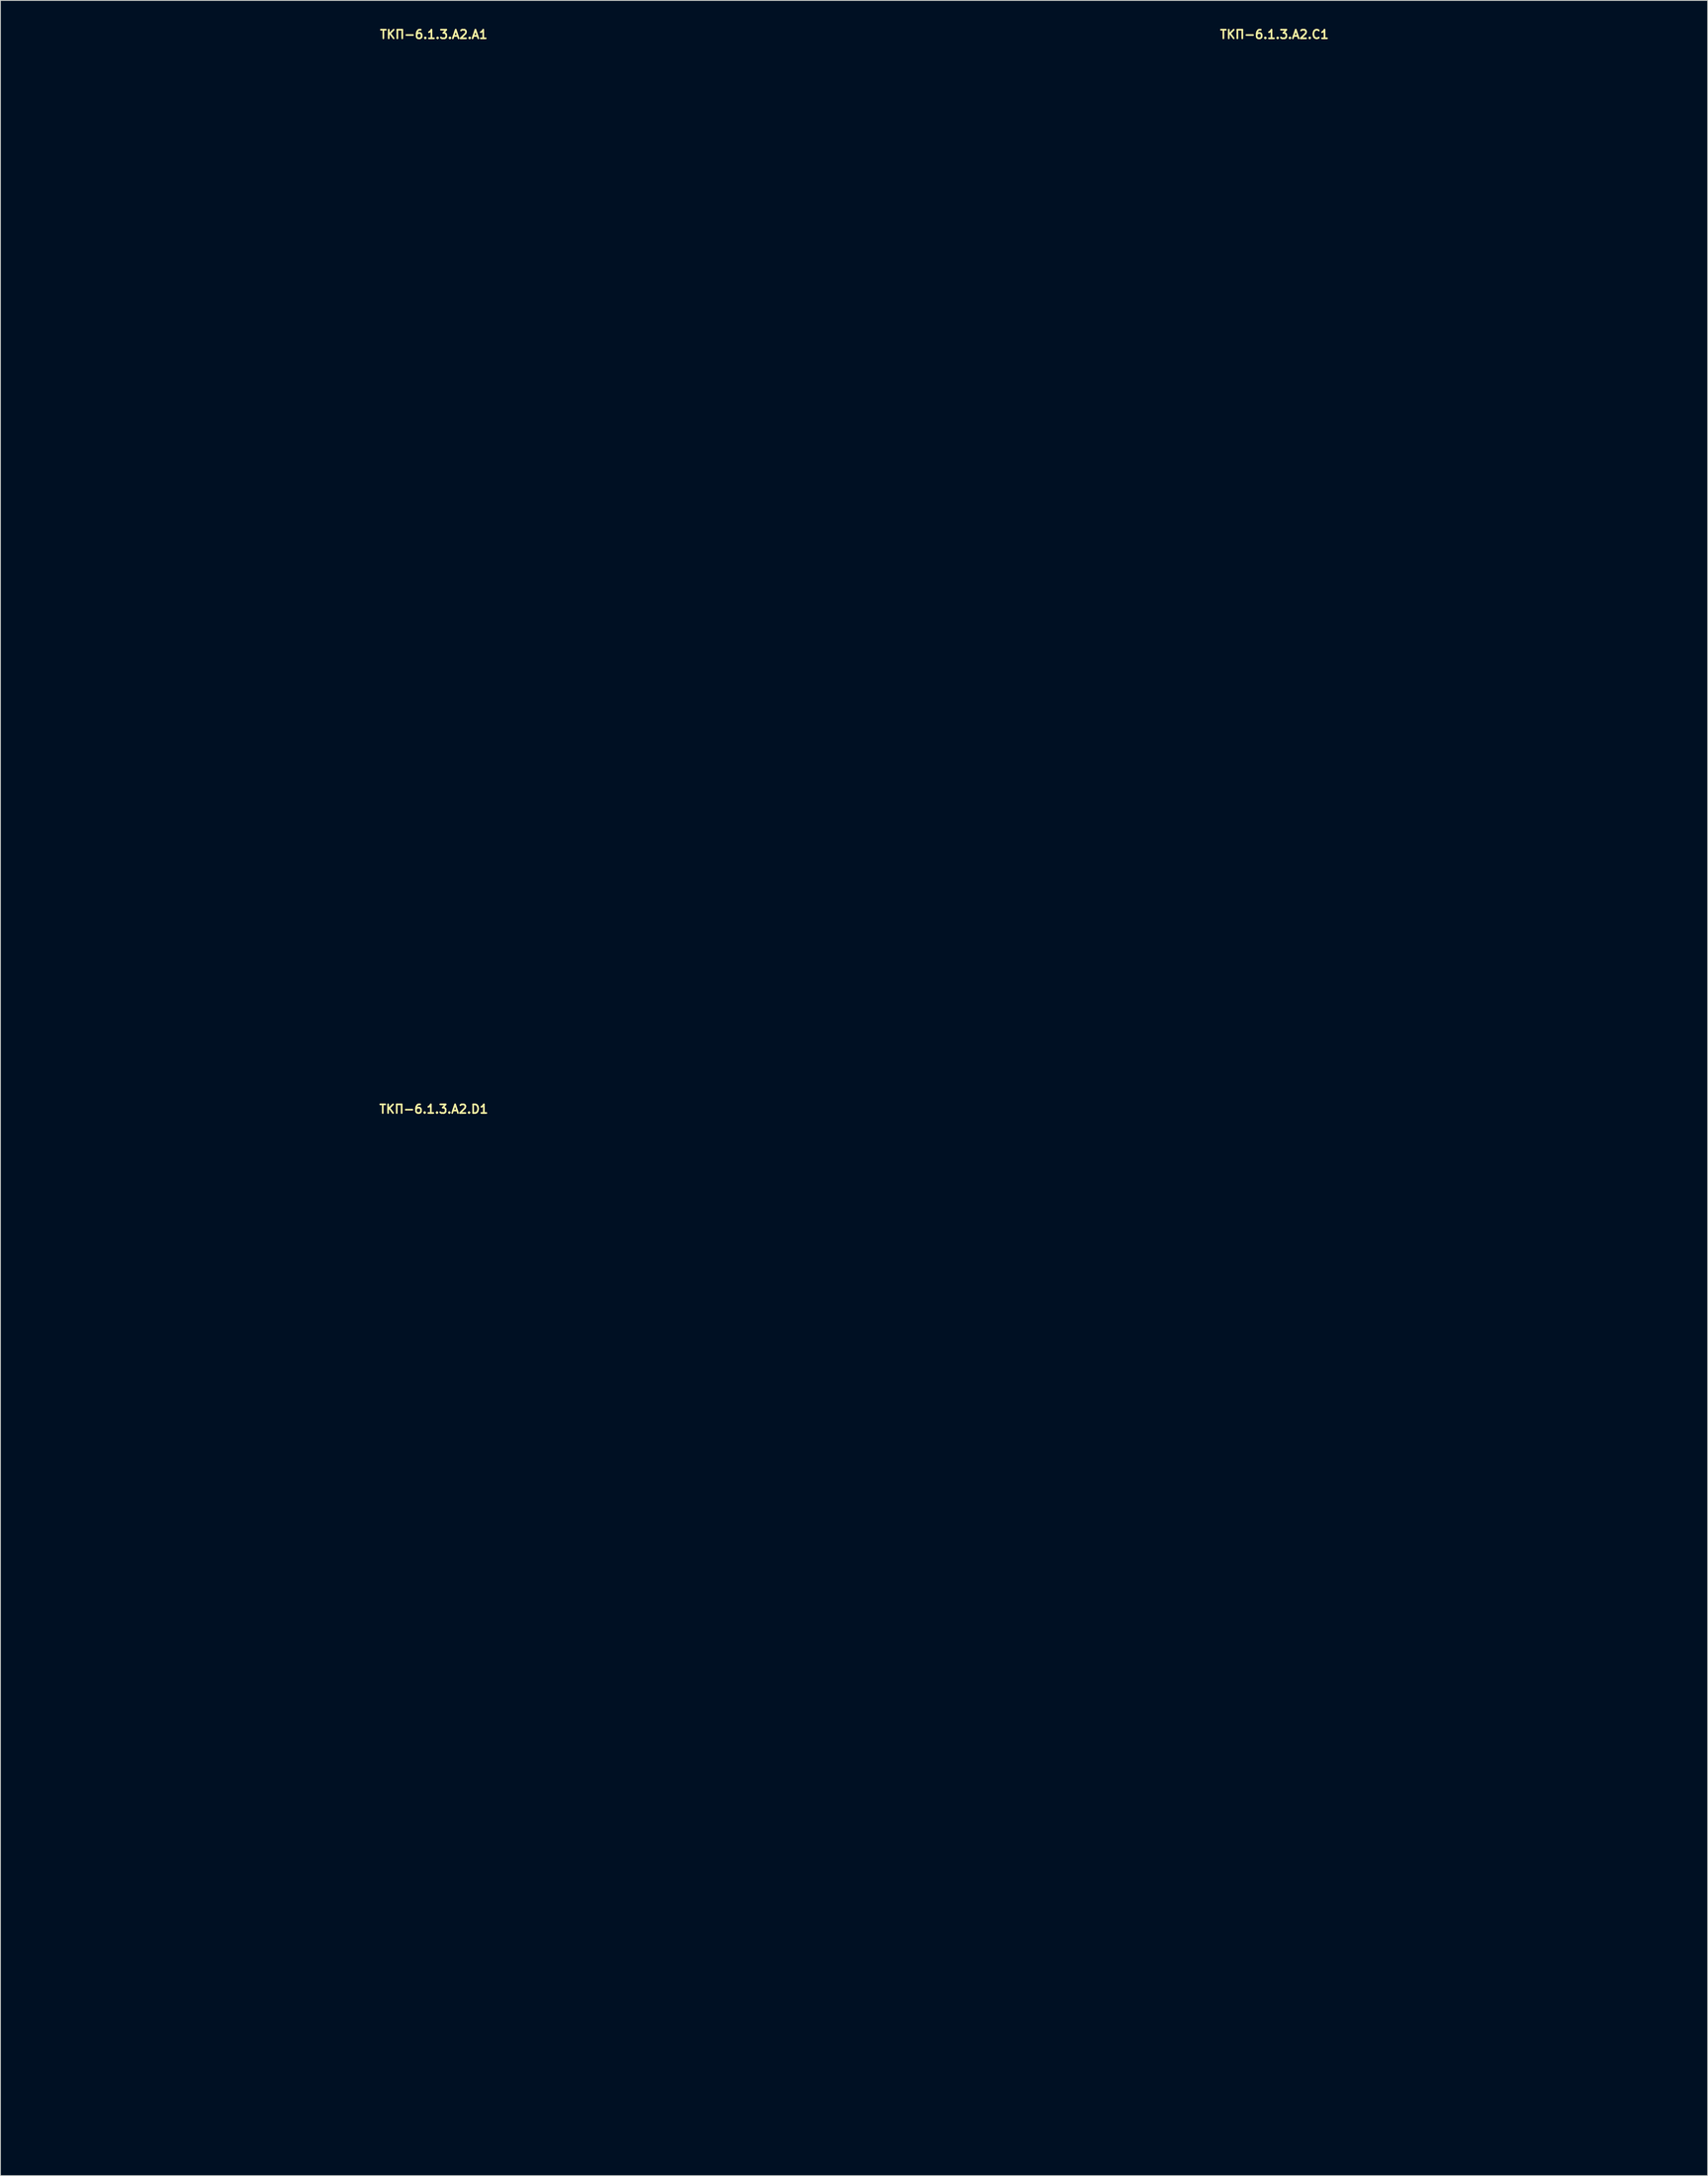
<source format=kicad_pcb>
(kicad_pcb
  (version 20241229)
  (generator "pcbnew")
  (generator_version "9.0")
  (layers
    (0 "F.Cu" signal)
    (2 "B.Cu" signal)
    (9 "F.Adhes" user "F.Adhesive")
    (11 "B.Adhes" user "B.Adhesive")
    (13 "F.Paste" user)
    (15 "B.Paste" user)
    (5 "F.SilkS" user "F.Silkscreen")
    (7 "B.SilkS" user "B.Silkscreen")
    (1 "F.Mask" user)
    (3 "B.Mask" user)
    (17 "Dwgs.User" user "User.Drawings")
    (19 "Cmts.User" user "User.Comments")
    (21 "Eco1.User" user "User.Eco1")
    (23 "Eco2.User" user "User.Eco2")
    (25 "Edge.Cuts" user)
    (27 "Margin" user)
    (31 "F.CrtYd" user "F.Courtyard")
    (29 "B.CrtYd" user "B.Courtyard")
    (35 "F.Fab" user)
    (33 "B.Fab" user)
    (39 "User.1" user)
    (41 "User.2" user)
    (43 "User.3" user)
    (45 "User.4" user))
  (footprint "ТКП-6.1.3.A2.A1"
    (layer "F.Cu")
    (at 47.2 61.515)
    (property "Reference" "ТКП-6.1.3.A2.A1" (at 0 -60.579 0) (layer "F.SilkS") (effects (font (size 1 1) (thickness 0.2))))
    (attr through_hole)
    (fp_line (start -47 -56.65) (end -47 56.65) (stroke (width 0.4) (type solid)) (layer "Eco1.User"))
    (fp_line (start -43.9 -59.75) (end 43.9 -59.75) (stroke (width 0.4) (type solid)) (layer "Eco1.User"))
    (fp_line (start -43.9 59.75) (end 43.9 59.75) (stroke (width 0.4) (type solid)) (layer "Eco1.User"))
    (fp_line (start 47 -56.65) (end 47 56.65) (stroke (width 0.4) (type solid)) (layer "Eco1.User"))
    (fp_arc (start -47 -56.65) (mid -46.092031 -58.842031) (end -43.9 -59.75) (stroke (width 0.4) (type solid)) (layer "Eco1.User"))
    (fp_arc (start -43.9 59.75) (mid -46.092031 58.842031) (end -47 56.65) (stroke (width 0.4) (type solid)) (layer "Eco1.User"))
    (fp_arc (start 43.9 -59.75) (mid 46.092031 -58.842031) (end 47 -56.65) (stroke (width 0.4) (type solid)) (layer "Eco1.User"))
    (fp_arc (start 47 56.65) (mid 46.092031 58.842031) (end 43.9 59.75) (stroke (width 0.4) (type solid)) (layer "Eco1.User"))
    (fp_circle (center -39.37 -5.08) (end -37.87 -5.08) (stroke (width 0.4) (type solid)) (fill no) (layer "Eco1.User"))
    (fp_circle (center -38.6 -51.35) (end -36.6 -51.35) (stroke (width 0.4) (type solid)) (fill no) (layer "Eco1.User"))
    (fp_circle (center -38.6 51.35) (end -36.6 51.35) (stroke (width 0.4) (type solid)) (fill no) (layer "Eco1.User"))
    (fp_circle (center -33.02 -31.55) (end -29.42 -31.55) (stroke (width 0.4) (type solid)) (fill no) (layer "Eco1.User"))
    (fp_circle (center -29.21 -52.07) (end -27.71 -52.07) (stroke (width 0.4) (type solid)) (fill no) (layer "Eco1.User"))
    (fp_circle (center -26.67 -5.08) (end -23.67 -5.08) (stroke (width 0.4) (type solid)) (fill no) (layer "Eco1.User"))
    (fp_circle (center -8.89 -52.07) (end -7.39 -52.07) (stroke (width 0.4) (type solid)) (fill no) (layer "Eco1.User"))
    (fp_circle (center 0 -31.55) (end 3.6 -31.55) (stroke (width 0.4) (type solid)) (fill no) (layer "Eco1.User"))
    (fp_circle (center 0 -5.08) (end 3 -5.08) (stroke (width 0.4) (type solid)) (fill no) (layer "Eco1.User"))
    (fp_circle (center 0 13.97) (end 2.65 13.97) (stroke (width 0.4) (type solid)) (fill no) (layer "Eco1.User"))
    (fp_circle (center 0 29.21) (end 6 29.21) (stroke (width 0.4) (type solid)) (fill no) (layer "Eco1.User"))
    (fp_circle (center 8.89 -52.07) (end 10.39 -52.07) (stroke (width 0.4) (type solid)) (fill no) (layer "Eco1.User"))
    (fp_circle (center 26.67 -5.08) (end 29.67 -5.08) (stroke (width 0.4) (type solid)) (fill no) (layer "Eco1.User"))
    (fp_circle (center 29.21 -52.07) (end 30.71 -52.07) (stroke (width 0.4) (type solid)) (fill no) (layer "Eco1.User"))
    (fp_circle (center 33.02 -31.55) (end 36.62 -31.55) (stroke (width 0.4) (type solid)) (fill no) (layer "Eco1.User"))
    (fp_circle (center 38.6 -51.35) (end 40.6 -51.35) (stroke (width 0.4) (type solid)) (fill no) (layer "Eco1.User"))
    (fp_circle (center 38.6 51.35) (end 40.6 51.35) (stroke (width 0.4) (type solid)) (fill no) (layer "Eco1.User"))
    (fp_circle (center 39.37 -5.08) (end 40.87 -5.08) (stroke (width 0.4) (type solid)) (fill no) (layer "Eco1.User")))
  (footprint "ТКП-6.1.3.A2.C1"
    (layer "F.Cu")
    (at 144.6 61.515)
    (property "Reference" "ТКП-6.1.3.A2.C1" (at 0 -60.579 0) (layer "F.SilkS") (effects (font (size 1 1) (thickness 0.2))))
    (attr through_hole)
    (fp_line (start -47 -56.65) (end -47 56.65) (stroke (width 0.4) (type solid)) (layer "Eco1.User"))
    (fp_line (start -43.9 -59.75) (end 43.9 -59.75) (stroke (width 0.4) (type solid)) (layer "Eco1.User"))
    (fp_line (start -43.9 59.75) (end 43.9 59.75) (stroke (width 0.4) (type solid)) (layer "Eco1.User"))
    (fp_line (start 47 -56.65) (end 47 56.65) (stroke (width 0.4) (type solid)) (layer "Eco1.User"))
    (fp_arc (start -47 -56.65) (mid -46.092031 -58.842031) (end -43.9 -59.75) (stroke (width 0.4) (type solid)) (layer "Eco1.User"))
    (fp_arc (start -43.9 59.75) (mid -46.092031 58.842031) (end -47 56.65) (stroke (width 0.4) (type solid)) (layer "Eco1.User"))
    (fp_arc (start 43.9 -59.75) (mid 46.092031 -58.842031) (end 47 -56.65) (stroke (width 0.4) (type solid)) (layer "Eco1.User"))
    (fp_arc (start 47 56.65) (mid 46.092031 58.842031) (end 43.9 59.75) (stroke (width 0.4) (type solid)) (layer "Eco1.User"))
    (fp_circle (center -38.6 -51.35) (end -36.6 -51.35) (stroke (width 0.4) (type solid)) (fill no) (layer "Eco1.User"))
    (fp_circle (center -38.6 51.35) (end -36.6 51.35) (stroke (width 0.4) (type solid)) (fill no) (layer "Eco1.User"))
    (fp_circle (center -33.02 -31.55) (end -29.42 -31.55) (stroke (width 0.4) (type solid)) (fill no) (layer "Eco1.User"))
    (fp_circle (center -33.02 -4.88) (end -29.42 -4.88) (stroke (width 0.4) (type solid)) (fill no) (layer "Eco1.User"))
    (fp_circle (center -29.21 -52.07) (end -27.71 -52.07) (stroke (width 0.4) (type solid)) (fill no) (layer "Eco1.User"))
    (fp_circle (center -8.89 -52.07) (end -7.39 -52.07) (stroke (width 0.4) (type solid)) (fill no) (layer "Eco1.User"))
    (fp_circle (center 0 -31.55) (end 3.6 -31.55) (stroke (width 0.4) (type solid)) (fill no) (layer "Eco1.User"))
    (fp_circle (center 0 -4.88) (end 3.6 -4.88) (stroke (width 0.4) (type solid)) (fill no) (layer "Eco1.User"))
    (fp_circle (center 0 13.97) (end 2.65 13.97) (stroke (width 0.4) (type solid)) (fill no) (layer "Eco1.User"))
    (fp_circle (center 0 29.21) (end 6 29.21) (stroke (width 0.4) (type solid)) (fill no) (layer "Eco1.User"))
    (fp_circle (center 8.89 -52.07) (end 10.39 -52.07) (stroke (width 0.4) (type solid)) (fill no) (layer "Eco1.User"))
    (fp_circle (center 29.21 -52.07) (end 30.71 -52.07) (stroke (width 0.4) (type solid)) (fill no) (layer "Eco1.User"))
    (fp_circle (center 33.02 -31.55) (end 36.62 -31.55) (stroke (width 0.4) (type solid)) (fill no) (layer "Eco1.User"))
    (fp_circle (center 33.02 -4.88) (end 36.62 -4.88) (stroke (width 0.4) (type solid)) (fill no) (layer "Eco1.User"))
    (fp_circle (center 38.6 -51.35) (end 40.6 -51.35) (stroke (width 0.4) (type solid)) (fill no) (layer "Eco1.User"))
    (fp_circle (center 38.6 51.35) (end 40.6 51.35) (stroke (width 0.4) (type solid)) (fill no) (layer "Eco1.User")))
  (footprint "ТКП-6.1.3.A2.D1"
    (layer "F.Cu")
    (at 47.2 185.98)
    (property "Reference" "ТКП-6.1.3.A2.D1" (at 0 -60.579 0) (layer "F.SilkS") (effects (font (size 1 1) (thickness 0.2))))
    (attr through_hole)
    (fp_line (start -47 -56.65) (end -47 56.65) (stroke (width 0.4) (type solid)) (layer "Eco1.User"))
    (fp_line (start -43.9 -59.75) (end 43.9 -59.75) (stroke (width 0.4) (type solid)) (layer "Eco1.User"))
    (fp_line (start -43.9 59.75) (end 43.9 59.75) (stroke (width 0.4) (type solid)) (layer "Eco1.User"))
    (fp_line (start 47 -56.65) (end 47 56.65) (stroke (width 0.4) (type solid)) (layer "Eco1.User"))
    (fp_arc (start -47 -56.65) (mid -46.092031 -58.842031) (end -43.9 -59.75) (stroke (width 0.4) (type solid)) (layer "Eco1.User"))
    (fp_arc (start -43.9 59.75) (mid -46.092031 58.842031) (end -47 56.65) (stroke (width 0.4) (type solid)) (layer "Eco1.User"))
    (fp_arc (start 43.9 -59.75) (mid 46.092031 -58.842031) (end 47 -56.65) (stroke (width 0.4) (type solid)) (layer "Eco1.User"))
    (fp_arc (start 47 56.65) (mid 46.092031 58.842031) (end 43.9 59.75) (stroke (width 0.4) (type solid)) (layer "Eco1.User"))
    (fp_circle (center -38.6 -51.35) (end -36.6 -51.35) (stroke (width 0.4) (type solid)) (fill no) (layer "Eco1.User"))
    (fp_circle (center -38.6 51.35) (end -36.6 51.35) (stroke (width 0.4) (type solid)) (fill no) (layer "Eco1.User"))
    (fp_circle (center -33.02 -31.55) (end -29.42 -31.55) (stroke (width 0.4) (type solid)) (fill no) (layer "Eco1.User"))
    (fp_circle (center -29.21 -52.07) (end -27.71 -52.07) (stroke (width 0.4) (type solid)) (fill no) (layer "Eco1.User"))
    (fp_circle (center -19.05 10.36) (end -17.55 10.36) (stroke (width 0.4) (type solid)) (fill no) (layer "Eco1.User"))
    (fp_circle (center -16.51 -10.16) (end -13.51 -10.16) (stroke (width 0.4) (type solid)) (fill no) (layer "Eco1.User"))
    (fp_circle (center -8.89 -52.07) (end -7.39 -52.07) (stroke (width 0.4) (type solid)) (fill no) (layer "Eco1.User"))
    (fp_circle (center 0 -31.55) (end 3.6 -31.55) (stroke (width 0.4) (type solid)) (fill no) (layer "Eco1.User"))
    (fp_circle (center 0 30.48) (end 2.65 30.48) (stroke (width 0.4) (type solid)) (fill no) (layer "Eco1.User"))
    (fp_circle (center 0 45.72) (end 6 45.72) (stroke (width 0.4) (type solid)) (fill no) (layer "Eco1.User"))
    (fp_circle (center 8.89 -52.07) (end 10.39 -52.07) (stroke (width 0.4) (type solid)) (fill no) (layer "Eco1.User"))
    (fp_circle (center 19.05 10.36) (end 20.55 10.36) (stroke (width 0.4) (type solid)) (fill no) (layer "Eco1.User"))
    (fp_circle (center 29.21 -52.07) (end 30.71 -52.07) (stroke (width 0.4) (type solid)) (fill no) (layer "Eco1.User"))
    (fp_circle (center 33.02 -31.55) (end 36.62 -31.55) (stroke (width 0.4) (type solid)) (fill no) (layer "Eco1.User"))
    (fp_circle (center 38.6 -51.35) (end 40.6 -51.35) (stroke (width 0.4) (type solid)) (fill no) (layer "Eco1.User"))
    (fp_circle (center 38.6 51.35) (end 40.6 51.35) (stroke (width 0.4) (type solid)) (fill no) (layer "Eco1.User")))
  (gr_rect
    (start -3 -3)
    (end 194.8 248.93)
    (stroke (width 0.1) (type default))
    (fill no)
    (layer "Edge.Cuts")))
</source>
